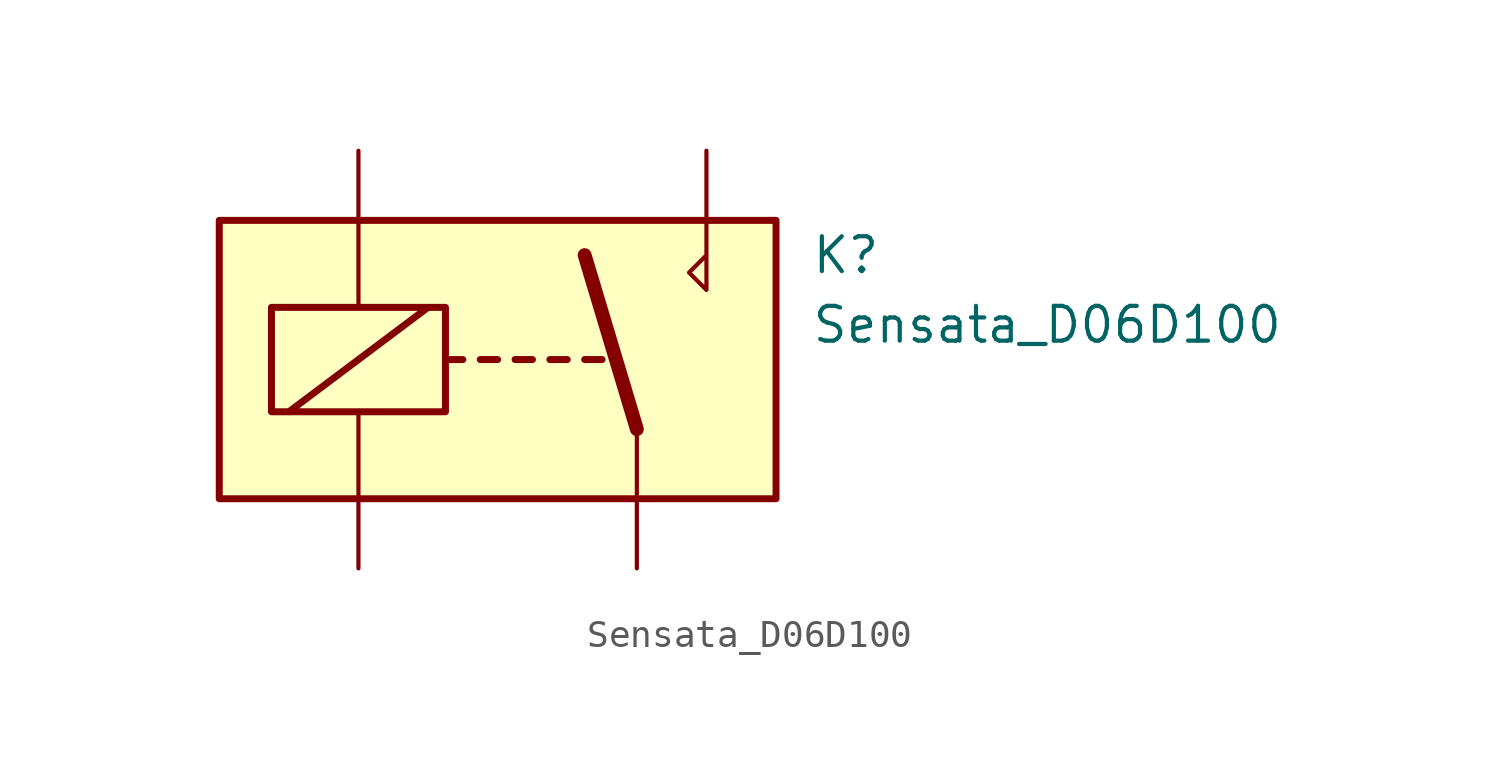
<source format=kicad_sym>
(kicad_symbol_lib
  (version 20241209)
  (generator "kicad_symbol_editor")
  (generator_version "9.0")
  (symbol "Sensata_D06D100"
    (property "Reference" "K"
      (at 11.43 3.81 0)
      (effects (font (size 1.27 1.27)) (justify left)))
    (property "Value" "Sensata_D06D100"
      (at 11.43 1.27 0)
      (effects (font (size 1.27 1.27)) (justify left)))
    (symbol "Sensata_D06D100_0_0"
      (polyline (pts (xy 7.62 5.08) (xy 7.62 2.54) (xy 6.985 3.175) (xy 7.62 3.81)) (stroke (width 0) (type default)) (fill (type none))))
    (symbol "Sensata_D06D100_0_1"
      (rectangle (start -10.16 5.08) (end 10.16 -5.08) (stroke (width 0.254) (type default)) (fill (type background)))
      (rectangle (start -8.255 1.905) (end -1.905 -1.905) (stroke (width 0.254) (type default)) (fill (type none)))
      (polyline (pts (xy -7.62 -1.905) (xy -2.54 1.905)) (stroke (width 0.254) (type default)) (fill (type none)))
      (polyline (pts (xy -5.08 5.08) (xy -5.08 7.62)) (stroke (width 0) (type default)) (fill (type none)))
      (polyline (pts (xy -5.08 5.08) (xy -5.08 1.905)) (stroke (width 0) (type default)) (fill (type none)))
      (polyline (pts (xy -5.08 -5.08) (xy -5.08 -1.905)) (stroke (width 0) (type default)) (fill (type none)))
      (polyline (pts (xy -5.08 -5.08) (xy -5.08 -7.62)) (stroke (width 0) (type default)) (fill (type none)))
      (polyline (pts (xy -1.905 0) (xy -1.27 0)) (stroke (width 0.254) (type default)) (fill (type none)))
      (polyline (pts (xy -0.635 0) (xy 0 0)) (stroke (width 0.254) (type default)) (fill (type none)))
      (polyline (pts (xy 0.635 0) (xy 1.27 0)) (stroke (width 0.254) (type default)) (fill (type none)))
      (polyline (pts (xy 1.905 0) (xy 2.54 0)) (stroke (width 0.254) (type default)) (fill (type none)))
      (polyline (pts (xy 3.175 0) (xy 3.81 0)) (stroke (width 0.254) (type default)) (fill (type none)))
      (polyline (pts (xy 5.08 -2.54) (xy 3.175 3.81)) (stroke (width 0.508) (type default)) (fill (type none)))
      (polyline (pts (xy 5.08 -2.54) (xy 5.08 -5.08)) (stroke (width 0) (type default)) (fill (type none)))
      (polyline (pts (xy 5.08 -5.08) (xy 5.08 -7.62)) (stroke (width 0) (type default)) (fill (type none)))
      (polyline (pts (xy 7.62 5.08) (xy 7.62 7.62)) (stroke (width 0) (type default)) (fill (type none))))))
</source>
